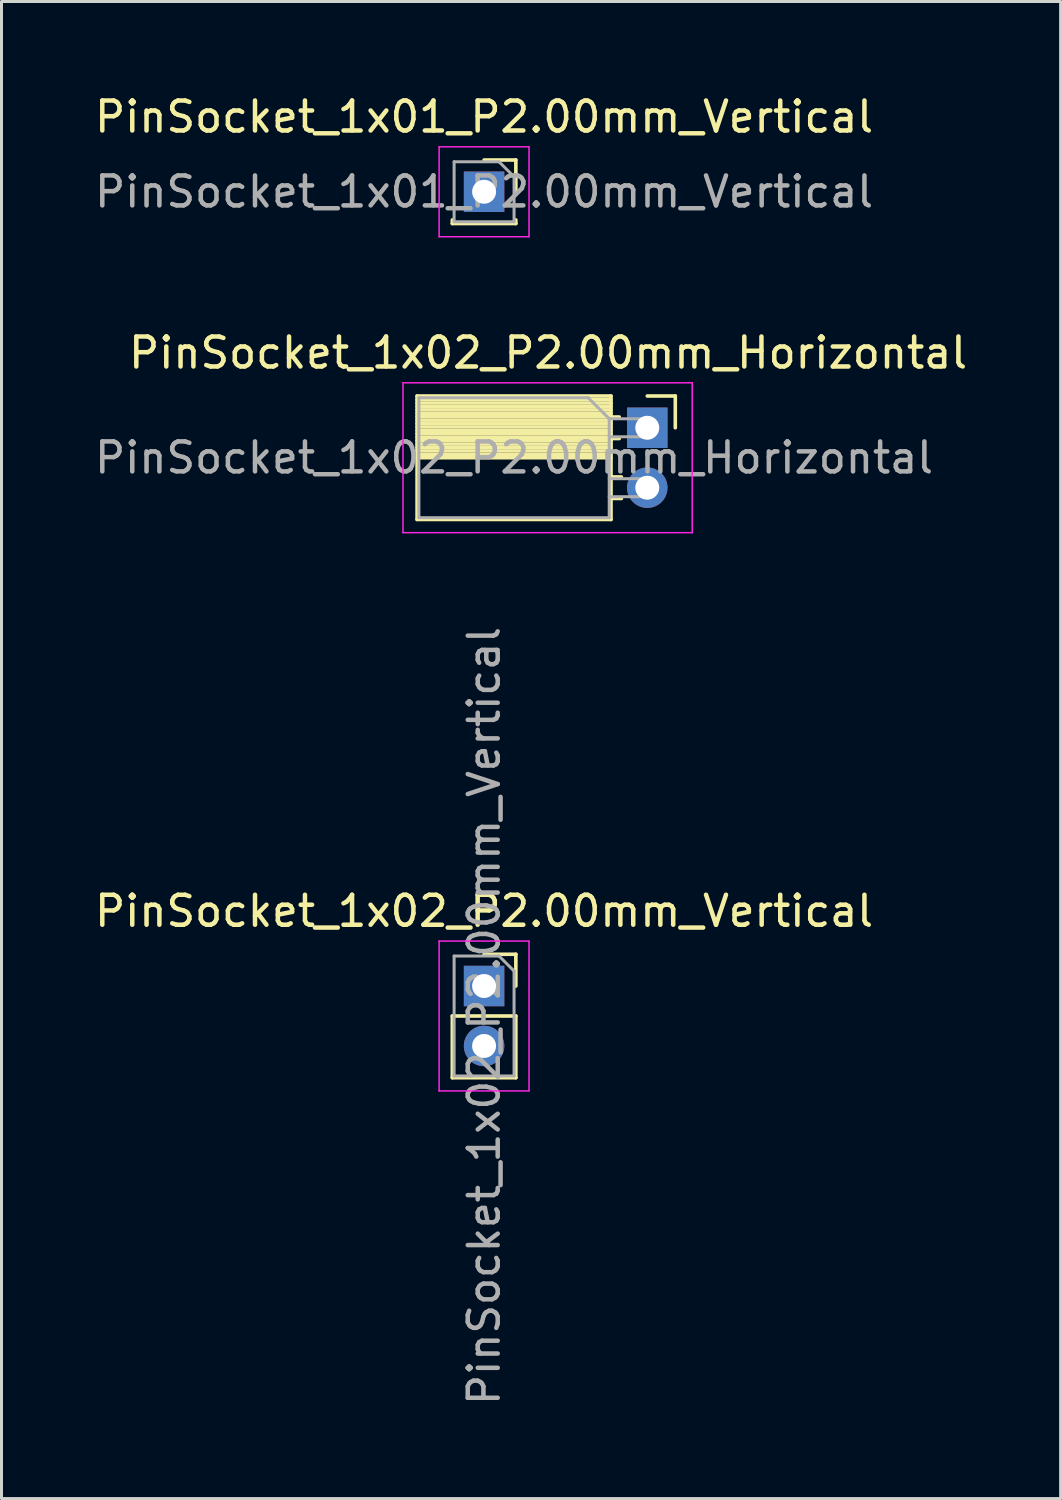
<source format=kicad_pcb>
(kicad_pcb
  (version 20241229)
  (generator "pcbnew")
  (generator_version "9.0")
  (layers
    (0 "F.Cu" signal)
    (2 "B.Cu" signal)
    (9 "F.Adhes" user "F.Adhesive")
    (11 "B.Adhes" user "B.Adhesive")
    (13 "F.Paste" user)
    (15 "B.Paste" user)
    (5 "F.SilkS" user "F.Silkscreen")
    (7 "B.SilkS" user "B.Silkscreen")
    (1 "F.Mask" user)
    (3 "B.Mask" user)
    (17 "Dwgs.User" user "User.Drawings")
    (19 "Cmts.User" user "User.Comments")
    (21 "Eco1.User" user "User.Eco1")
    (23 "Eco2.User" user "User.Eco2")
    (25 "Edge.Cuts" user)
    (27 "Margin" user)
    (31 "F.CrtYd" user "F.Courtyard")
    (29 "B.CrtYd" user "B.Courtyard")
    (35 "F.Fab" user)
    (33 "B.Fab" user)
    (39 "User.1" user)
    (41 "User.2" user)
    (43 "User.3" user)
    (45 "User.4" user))
  (footprint "PinSocket_1x02_P2.00mm_Horizontal"
    (layer "F.Cu")
    (at 18.546 11.222)
    (property "Reference" "PinSocket_1x02_P2.00mm_Horizontal" (at -3.31 -2.5 0) (layer "F.SilkS") (effects (font (size 1 1) (thickness 0.15))))
    (attr through_hole)
    (fp_line (start -7.68 -1.06) (end -7.68 3.06) (stroke (width 0.12) (type solid)) (layer "F.SilkS"))
    (fp_line (start -7.68 -1.06) (end -1.21 -1.06) (stroke (width 0.12) (type solid)) (layer "F.SilkS"))
    (fp_line (start -7.68 -0.94) (end -1.21 -0.94) (stroke (width 0.12) (type solid)) (layer "F.SilkS"))
    (fp_line (start -7.68 -0.826) (end -1.21 -0.826) (stroke (width 0.12) (type solid)) (layer "F.SilkS"))
    (fp_line (start -7.68 -0.712) (end -1.21 -0.712) (stroke (width 0.12) (type solid)) (layer "F.SilkS"))
    (fp_line (start -7.68 -0.598) (end -1.21 -0.598) (stroke (width 0.12) (type solid)) (layer "F.SilkS"))
    (fp_line (start -7.68 -0.484) (end -1.21 -0.484) (stroke (width 0.12) (type solid)) (layer "F.SilkS"))
    (fp_line (start -7.68 -0.369) (end -1.21 -0.369) (stroke (width 0.12) (type solid)) (layer "F.SilkS"))
    (fp_line (start -7.68 -0.255) (end -1.21 -0.255) (stroke (width 0.12) (type solid)) (layer "F.SilkS"))
    (fp_line (start -7.68 -0.141) (end -1.21 -0.141) (stroke (width 0.12) (type solid)) (layer "F.SilkS"))
    (fp_line (start -7.68 -0.027) (end -1.21 -0.027) (stroke (width 0.12) (type solid)) (layer "F.SilkS"))
    (fp_line (start -7.68 0.087) (end -1.21 0.087) (stroke (width 0.12) (type solid)) (layer "F.SilkS"))
    (fp_line (start -7.68 0.201) (end -1.21 0.201) (stroke (width 0.12) (type solid)) (layer "F.SilkS"))
    (fp_line (start -7.68 0.315) (end -1.21 0.315) (stroke (width 0.12) (type solid)) (layer "F.SilkS"))
    (fp_line (start -7.68 0.429) (end -1.21 0.429) (stroke (width 0.12) (type solid)) (layer "F.SilkS"))
    (fp_line (start -7.68 0.544) (end -1.21 0.544) (stroke (width 0.12) (type solid)) (layer "F.SilkS"))
    (fp_line (start -7.68 0.658) (end -1.21 0.658) (stroke (width 0.12) (type solid)) (layer "F.SilkS"))
    (fp_line (start -7.68 0.772) (end -1.21 0.772) (stroke (width 0.12) (type solid)) (layer "F.SilkS"))
    (fp_line (start -7.68 0.886) (end -1.21 0.886) (stroke (width 0.12) (type solid)) (layer "F.SilkS"))
    (fp_line (start -7.68 1) (end -1.21 1) (stroke (width 0.12) (type solid)) (layer "F.SilkS"))
    (fp_line (start -7.68 3.06) (end -1.21 3.06) (stroke (width 0.12) (type solid)) (layer "F.SilkS"))
    (fp_line (start -1.21 -1.06) (end -1.21 3.06) (stroke (width 0.12) (type solid)) (layer "F.SilkS"))
    (fp_line (start -1.21 -0.36) (end -0.935 -0.36) (stroke (width 0.12) (type solid)) (layer "F.SilkS"))
    (fp_line (start -1.21 0.36) (end -0.935 0.36) (stroke (width 0.12) (type solid)) (layer "F.SilkS"))
    (fp_line (start -1.21 1.64) (end -0.863 1.64) (stroke (width 0.12) (type solid)) (layer "F.SilkS"))
    (fp_line (start -1.21 2.36) (end -0.863 2.36) (stroke (width 0.12) (type solid)) (layer "F.SilkS"))
    (fp_line (start 0 -1.06) (end 0.935 -1.06) (stroke (width 0.12) (type solid)) (layer "F.SilkS"))
    (fp_line (start 0.935 -1.06) (end 0.935 0) (stroke (width 0.12) (type solid)) (layer "F.SilkS"))
    (fp_line (start -8.15 -1.5) (end -8.15 3.5) (stroke (width 0.05) (type solid)) (layer "F.CrtYd"))
    (fp_line (start -8.15 3.5) (end 1.5 3.5) (stroke (width 0.05) (type solid)) (layer "F.CrtYd"))
    (fp_line (start 1.5 -1.5) (end -8.15 -1.5) (stroke (width 0.05) (type solid)) (layer "F.CrtYd"))
    (fp_line (start 1.5 3.5) (end 1.5 -1.5) (stroke (width 0.05) (type solid)) (layer "F.CrtYd"))
    (fp_line (start -7.62 -1) (end -1.97 -1) (stroke (width 0.1) (type solid)) (layer "F.Fab"))
    (fp_line (start -7.62 3) (end -7.62 -1) (stroke (width 0.1) (type solid)) (layer "F.Fab"))
    (fp_line (start -1.97 -1) (end -1.27 -0.3) (stroke (width 0.1) (type solid)) (layer "F.Fab"))
    (fp_line (start -1.27 -0.3) (end -1.27 3) (stroke (width 0.1) (type solid)) (layer "F.Fab"))
    (fp_line (start -1.27 0.3) (end 0 0.3) (stroke (width 0.1) (type solid)) (layer "F.Fab"))
    (fp_line (start -1.27 2.3) (end 0 2.3) (stroke (width 0.1) (type solid)) (layer "F.Fab"))
    (fp_line (start -1.27 3) (end -7.62 3) (stroke (width 0.1) (type solid)) (layer "F.Fab"))
    (fp_line (start 0 -0.3) (end -1.27 -0.3) (stroke (width 0.1) (type solid)) (layer "F.Fab"))
    (fp_line (start 0 0.3) (end 0 -0.3) (stroke (width 0.1) (type solid)) (layer "F.Fab"))
    (fp_line (start 0 1.7) (end -1.27 1.7) (stroke (width 0.1) (type solid)) (layer "F.Fab"))
    (fp_line (start 0 2.3) (end 0 1.7) (stroke (width 0.1) (type solid)) (layer "F.Fab"))
    (fp_text user "${REFERENCE}" (at -4.445 1 0) (layer "F.Fab") (effects (font (size 1 1) (thickness 0.15))))
    (pad "1" thru_hole rect (at 0 0) (size 1.35 1.35) (drill 0.8) (layers "*.Cu" "*.Mask"))
    (pad "2" thru_hole oval (at 0 2) (size 1.35 1.35) (drill 0.8) (layers "*.Cu" "*.Mask")))
  (footprint "PinSocket_1x01_P2.00mm_Vertical"
    (layer "F.Cu")
    (at 13.101 3.348)
    (property "Reference" "PinSocket_1x01_P2.00mm_Vertical" (at 0 -2.5 0) (layer "F.SilkS") (effects (font (size 1 1) (thickness 0.15))))
    (attr through_hole)
    (fp_line (start -1.06 0.94) (end -1.06 1.06) (stroke (width 0.12) (type solid)) (layer "F.SilkS"))
    (fp_line (start -1.06 1.06) (end 1.06 1.06) (stroke (width 0.12) (type solid)) (layer "F.SilkS"))
    (fp_line (start 0 -1.06) (end 1.06 -1.06) (stroke (width 0.12) (type solid)) (layer "F.SilkS"))
    (fp_line (start 1.06 -1.06) (end 1.06 0) (stroke (width 0.12) (type solid)) (layer "F.SilkS"))
    (fp_line (start 1.06 0.94) (end 1.06 1.06) (stroke (width 0.12) (type solid)) (layer "F.SilkS"))
    (fp_line (start -1.5 -1.5) (end 1.5 -1.5) (stroke (width 0.05) (type solid)) (layer "F.CrtYd"))
    (fp_line (start -1.5 1.5) (end -1.5 -1.5) (stroke (width 0.05) (type solid)) (layer "F.CrtYd"))
    (fp_line (start 1.5 -1.5) (end 1.5 1.5) (stroke (width 0.05) (type solid)) (layer "F.CrtYd"))
    (fp_line (start 1.5 1.5) (end -1.5 1.5) (stroke (width 0.05) (type solid)) (layer "F.CrtYd"))
    (fp_line (start -1 -1) (end 0.5 -1) (stroke (width 0.1) (type solid)) (layer "F.Fab"))
    (fp_line (start -1 1) (end -1 -1) (stroke (width 0.1) (type solid)) (layer "F.Fab"))
    (fp_line (start 0.5 -1) (end 1 -0.5) (stroke (width 0.1) (type solid)) (layer "F.Fab"))
    (fp_line (start 1 -0.5) (end 1 1) (stroke (width 0.1) (type solid)) (layer "F.Fab"))
    (fp_line (start 1 1) (end -1 1) (stroke (width 0.1) (type solid)) (layer "F.Fab"))
    (fp_text user "${REFERENCE}" (at 0 0 0) (layer "F.Fab") (effects (font (size 1 1) (thickness 0.15))))
    (pad "1" thru_hole rect (at 0 0) (size 1.35 1.35) (drill 0.8) (layers "*.Cu" "*.Mask")))
  (footprint "PinSocket_1x02_P2.00mm_Vertical"
    (layer "F.Cu")
    (at 13.101 29.848)
    (property "Reference" "PinSocket_1x02_P2.00mm_Vertical" (at 0 -2.5 0) (layer "F.SilkS") (effects (font (size 1 1) (thickness 0.15))))
    (attr through_hole)
    (fp_line (start -1.06 1) (end -1.06 3.06) (stroke (width 0.12) (type solid)) (layer "F.SilkS"))
    (fp_line (start -1.06 1) (end 1.06 1) (stroke (width 0.12) (type solid)) (layer "F.SilkS"))
    (fp_line (start -1.06 3.06) (end 1.06 3.06) (stroke (width 0.12) (type solid)) (layer "F.SilkS"))
    (fp_line (start 0 -1.06) (end 1.06 -1.06) (stroke (width 0.12) (type solid)) (layer "F.SilkS"))
    (fp_line (start 1.06 -1.06) (end 1.06 0) (stroke (width 0.12) (type solid)) (layer "F.SilkS"))
    (fp_line (start 1.06 1) (end 1.06 3.06) (stroke (width 0.12) (type solid)) (layer "F.SilkS"))
    (fp_line (start -1.5 -1.5) (end 1.5 -1.5) (stroke (width 0.05) (type solid)) (layer "F.CrtYd"))
    (fp_line (start -1.5 3.5) (end -1.5 -1.5) (stroke (width 0.05) (type solid)) (layer "F.CrtYd"))
    (fp_line (start 1.5 -1.5) (end 1.5 3.5) (stroke (width 0.05) (type solid)) (layer "F.CrtYd"))
    (fp_line (start 1.5 3.5) (end -1.5 3.5) (stroke (width 0.05) (type solid)) (layer "F.CrtYd"))
    (fp_line (start -1 -1) (end 0.5 -1) (stroke (width 0.1) (type solid)) (layer "F.Fab"))
    (fp_line (start -1 3) (end -1 -1) (stroke (width 0.1) (type solid)) (layer "F.Fab"))
    (fp_line (start 0.5 -1) (end 1 -0.5) (stroke (width 0.1) (type solid)) (layer "F.Fab"))
    (fp_line (start 1 -0.5) (end 1 3) (stroke (width 0.1) (type solid)) (layer "F.Fab"))
    (fp_line (start 1 3) (end -1 3) (stroke (width 0.1) (type solid)) (layer "F.Fab"))
    (fp_text user "${REFERENCE}" (at 0 1 90) (layer "F.Fab") (effects (font (size 1 1) (thickness 0.15))))
    (pad "1" thru_hole rect (at 0 0) (size 1.35 1.35) (drill 0.8) (layers "*.Cu" "*.Mask"))
    (pad "2" thru_hole oval (at 0 2) (size 1.35 1.35) (drill 0.8) (layers "*.Cu" "*.Mask")))
  (gr_rect
    (start -3 -3)
    (end 32.337 46.949)
    (stroke (width 0.1) (type default))
    (fill no)
    (layer "Edge.Cuts")))
</source>
